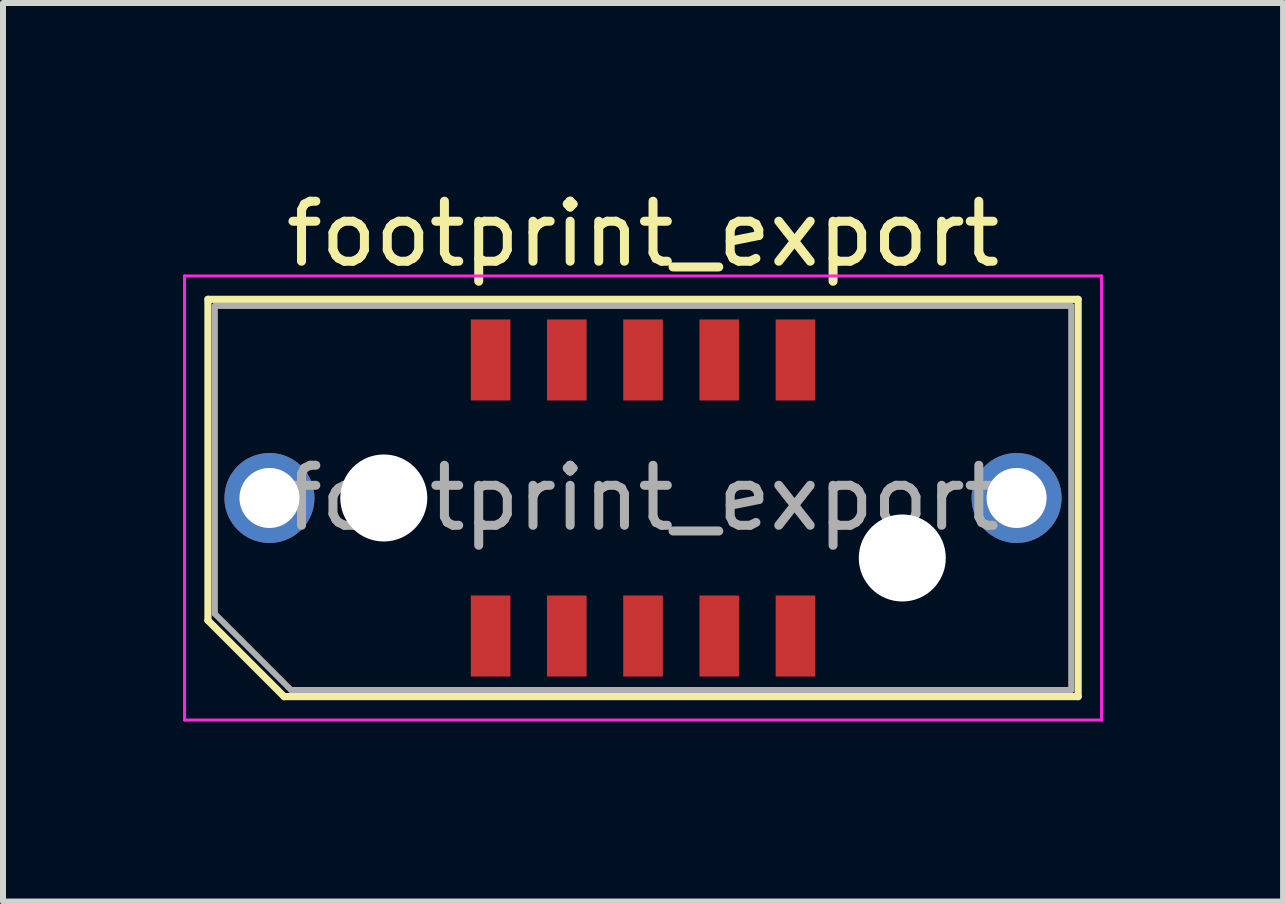
<source format=kicad_pcb>
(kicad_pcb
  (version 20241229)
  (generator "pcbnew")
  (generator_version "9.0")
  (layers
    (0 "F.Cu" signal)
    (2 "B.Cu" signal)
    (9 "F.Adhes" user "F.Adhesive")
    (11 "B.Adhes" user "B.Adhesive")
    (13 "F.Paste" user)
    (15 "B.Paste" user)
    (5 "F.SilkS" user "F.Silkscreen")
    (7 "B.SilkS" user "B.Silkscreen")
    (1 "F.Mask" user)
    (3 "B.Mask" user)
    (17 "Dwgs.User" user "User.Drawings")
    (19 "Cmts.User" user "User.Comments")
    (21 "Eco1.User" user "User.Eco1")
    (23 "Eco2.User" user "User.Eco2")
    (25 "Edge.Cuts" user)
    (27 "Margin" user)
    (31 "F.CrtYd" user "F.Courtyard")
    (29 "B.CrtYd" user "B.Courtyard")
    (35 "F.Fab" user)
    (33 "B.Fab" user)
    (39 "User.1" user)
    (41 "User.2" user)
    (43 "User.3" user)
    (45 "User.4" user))
  (footprint "footprint_export"
    (layer "F.Cu")
    (at 7.665 5.248)
    (property "Reference" "footprint_export" (at 0 -4.4 0) (layer "F.SilkS") (effects (font (size 1 1) (thickness 0.15))))
    (attr smd)
    (fp_line (start -7.25 -3.31) (end 7.25 -3.31) (stroke (width 0.12) (type solid)) (layer "F.SilkS"))
    (fp_line (start -7.25 2.04) (end -7.25 -3.31) (stroke (width 0.12) (type solid)) (layer "F.SilkS"))
    (fp_line (start -5.98 3.31) (end -7.25 2.04) (stroke (width 0.12) (type solid)) (layer "F.SilkS"))
    (fp_line (start -5.98 3.31) (end 7.25 3.31) (stroke (width 0.12) (type solid)) (layer "F.SilkS"))
    (fp_line (start 7.25 3.31) (end 7.25 -3.31) (stroke (width 0.12) (type solid)) (layer "F.SilkS"))
    (fp_line (start -7.64 -3.7) (end -7.64 3.7) (stroke (width 0.05) (type solid)) (layer "F.CrtYd"))
    (fp_line (start -7.64 3.7) (end 7.64 3.7) (stroke (width 0.05) (type solid)) (layer "F.CrtYd"))
    (fp_line (start 7.64 -3.7) (end -7.64 -3.7) (stroke (width 0.05) (type solid)) (layer "F.CrtYd"))
    (fp_line (start 7.64 3.7) (end 7.64 -3.7) (stroke (width 0.05) (type solid)) (layer "F.CrtYd"))
    (fp_line (start -7.135 -3.2) (end 7.135 -3.2) (stroke (width 0.1) (type solid)) (layer "F.Fab"))
    (fp_line (start -7.135 1.93) (end -7.135 -3.2) (stroke (width 0.1) (type solid)) (layer "F.Fab"))
    (fp_line (start -7.135 1.93) (end -5.865 3.2) (stroke (width 0.1) (type solid)) (layer "F.Fab"))
    (fp_line (start -5.865 3.2) (end 7.135 3.2) (stroke (width 0.1) (type solid)) (layer "F.Fab"))
    (fp_line (start 7.135 3.2) (end 7.135 -3.2) (stroke (width 0.1) (type solid)) (layer "F.Fab"))
    (fp_text user "${REFERENCE}" (at 0 0 0) (layer "F.Fab") (effects (font (size 1 1) (thickness 0.15))))
    (pad "" thru_hole circle (at -6.225 0) (size 1.5 1.5) (drill 1) (layers "*.Cu" "*.Mask"))
    (pad "" np_thru_hole circle (at -4.32 0) (size 1.45 1.45) (drill 1.45) (layers "*.Cu" "*.Mask"))
    (pad "" np_thru_hole circle (at 4.32 1) (size 1.45 1.45) (drill 1.45) (layers "*.Cu" "*.Mask"))
    (pad "" thru_hole circle (at 6.225 0) (size 1.5 1.5) (drill 1) (layers "*.Cu" "*.Mask"))
    (pad "1" smd rect (at -2.54 2.3) (size 0.66 1.35) (layers "F.Cu" "F.Mask" "F.Paste"))
    (pad "2" smd rect (at -2.54 -2.3) (size 0.66 1.35) (layers "F.Cu" "F.Mask" "F.Paste"))
    (pad "3" smd rect (at -1.27 2.3) (size 0.66 1.35) (layers "F.Cu" "F.Mask" "F.Paste"))
    (pad "4" smd rect (at -1.27 -2.3) (size 0.66 1.35) (layers "F.Cu" "F.Mask" "F.Paste"))
    (pad "5" smd rect (at 0 2.3) (size 0.66 1.35) (layers "F.Cu" "F.Mask" "F.Paste"))
    (pad "6" smd rect (at 0 -2.3) (size 0.66 1.35) (layers "F.Cu" "F.Mask" "F.Paste"))
    (pad "7" smd rect (at 1.27 2.3) (size 0.66 1.35) (layers "F.Cu" "F.Mask" "F.Paste"))
    (pad "8" smd rect (at 1.27 -2.3) (size 0.66 1.35) (layers "F.Cu" "F.Mask" "F.Paste"))
    (pad "9" smd rect (at 2.54 2.3) (size 0.66 1.35) (layers "F.Cu" "F.Mask" "F.Paste"))
    (pad "10" smd rect (at 2.54 -2.3) (size 0.66 1.35) (layers "F.Cu" "F.Mask" "F.Paste")))
  (gr_rect
    (start -3 -3)
    (end 18.33 11.973)
    (stroke (width 0.1) (type default))
    (fill no)
    (layer "Edge.Cuts")))
</source>
